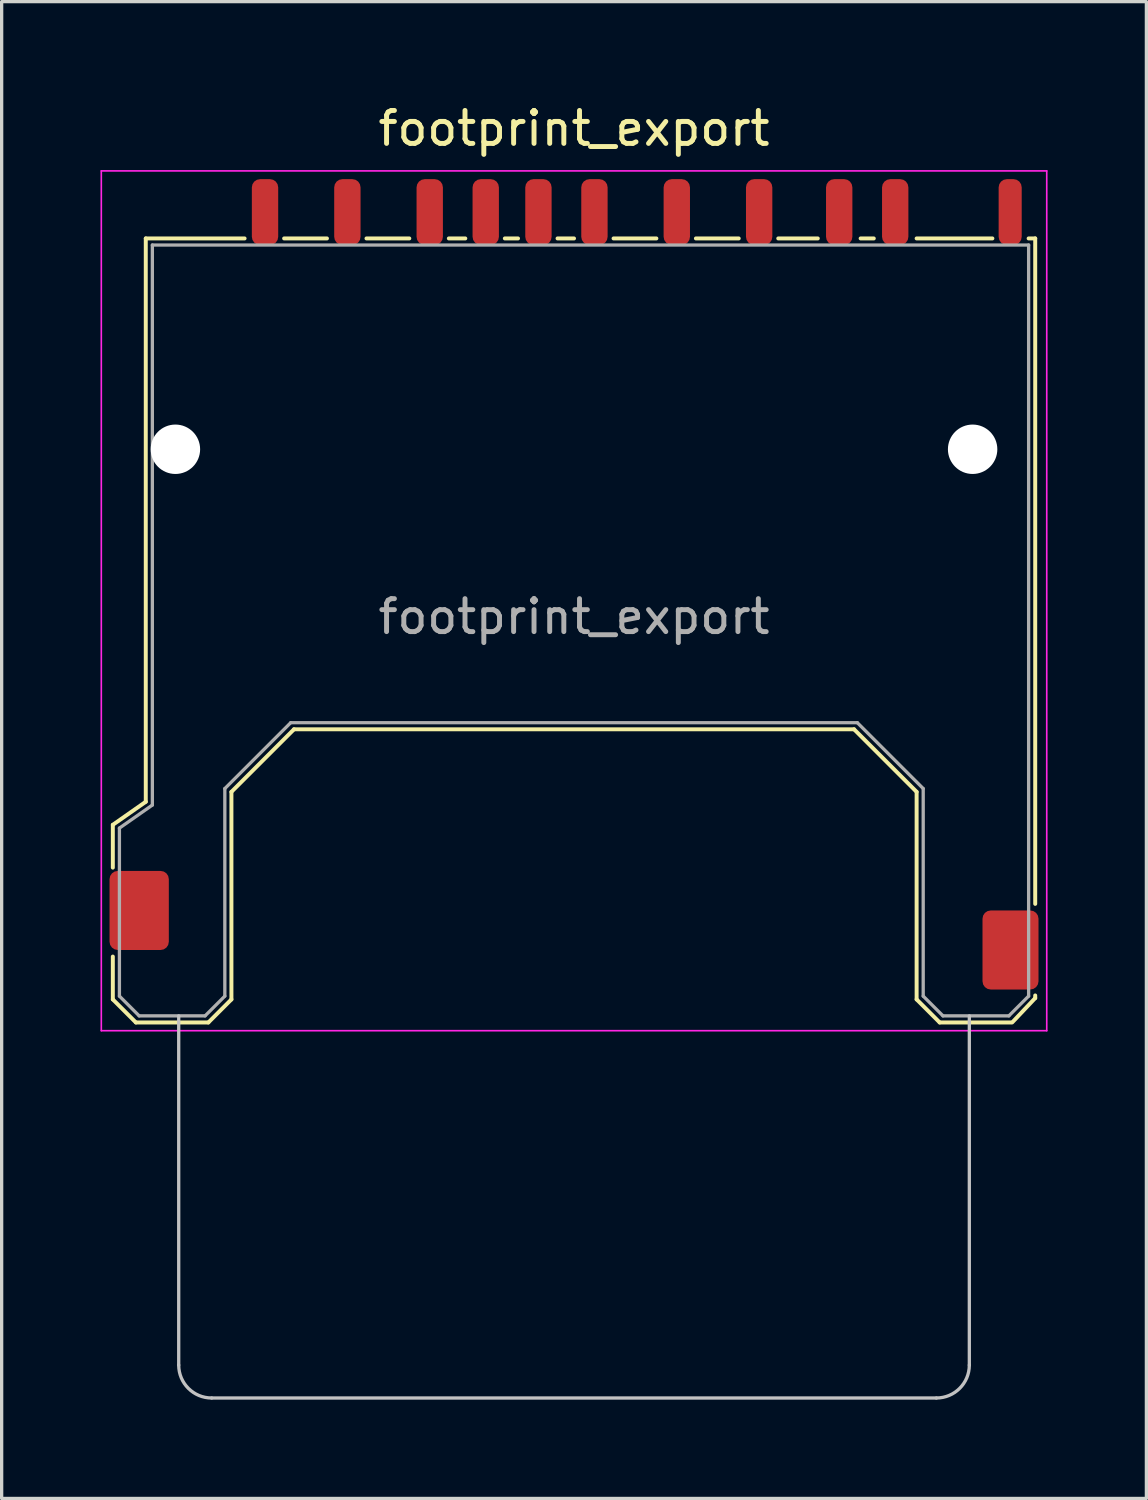
<source format=kicad_pcb>
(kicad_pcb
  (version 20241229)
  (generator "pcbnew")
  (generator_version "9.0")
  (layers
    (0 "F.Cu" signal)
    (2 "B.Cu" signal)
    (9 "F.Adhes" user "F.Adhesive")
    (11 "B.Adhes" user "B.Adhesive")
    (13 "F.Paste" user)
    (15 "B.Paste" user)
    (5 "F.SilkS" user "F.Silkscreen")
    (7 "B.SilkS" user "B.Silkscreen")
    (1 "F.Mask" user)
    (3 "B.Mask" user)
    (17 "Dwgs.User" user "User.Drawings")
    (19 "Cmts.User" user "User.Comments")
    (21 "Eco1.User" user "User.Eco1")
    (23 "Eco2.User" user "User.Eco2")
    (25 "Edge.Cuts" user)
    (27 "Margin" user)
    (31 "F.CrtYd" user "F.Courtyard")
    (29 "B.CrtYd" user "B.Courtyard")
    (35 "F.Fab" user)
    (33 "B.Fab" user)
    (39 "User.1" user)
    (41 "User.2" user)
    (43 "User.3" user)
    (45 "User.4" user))
  (footprint "footprint_export"
    (layer "F.Cu")
    (at 14.375 15.888)
    (property "Reference" "footprint_export" (at 0 -15.04 180) (layer "F.SilkS") (effects (font (size 1 1) (thickness 0.15))))
    (attr smd)
    (fp_line (start -14 6.1) (end -14 7.4) (stroke (width 0.12) (type solid)) (layer "F.SilkS"))
    (fp_line (start -14 6.1) (end -13 5.4) (stroke (width 0.12) (type solid)) (layer "F.SilkS"))
    (fp_line (start -14 10.1) (end -14 11.4) (stroke (width 0.12) (type solid)) (layer "F.SilkS"))
    (fp_line (start -13.3 12.1) (end -14 11.4) (stroke (width 0.12) (type solid)) (layer "F.SilkS"))
    (fp_line (start -13.3 12.1) (end -11.1 12.1) (stroke (width 0.12) (type solid)) (layer "F.SilkS"))
    (fp_line (start -13 -11.7) (end -10 -11.7) (stroke (width 0.12) (type solid)) (layer "F.SilkS"))
    (fp_line (start -13 5.4) (end -13 -11.7) (stroke (width 0.12) (type solid)) (layer "F.SilkS"))
    (fp_line (start -10.4 11.4) (end -11.1 12.1) (stroke (width 0.12) (type solid)) (layer "F.SilkS"))
    (fp_line (start -10.4 11.4) (end -10.4 5.1) (stroke (width 0.12) (type solid)) (layer "F.SilkS"))
    (fp_line (start -8.8 -11.7) (end -7.5 -11.7) (stroke (width 0.12) (type solid)) (layer "F.SilkS"))
    (fp_line (start -8.5 3.2) (end -10.4 5.1) (stroke (width 0.12) (type solid)) (layer "F.SilkS"))
    (fp_line (start -6.3 -11.7) (end -5 -11.7) (stroke (width 0.12) (type solid)) (layer "F.SilkS"))
    (fp_line (start -3.8 -11.7) (end -3.3 -11.7) (stroke (width 0.12) (type solid)) (layer "F.SilkS"))
    (fp_line (start -2.1 -11.7) (end -1.7 -11.7) (stroke (width 0.12) (type solid)) (layer "F.SilkS"))
    (fp_line (start -0.5 -11.7) (end 0 -11.7) (stroke (width 0.12) (type solid)) (layer "F.SilkS"))
    (fp_line (start 1.2 -11.7) (end 2.5 -11.7) (stroke (width 0.12) (type solid)) (layer "F.SilkS"))
    (fp_line (start 3.7 -11.7) (end 5 -11.7) (stroke (width 0.12) (type solid)) (layer "F.SilkS"))
    (fp_line (start 6.2 -11.7) (end 7.4 -11.7) (stroke (width 0.12) (type solid)) (layer "F.SilkS"))
    (fp_line (start 8.5 3.2) (end -8.5 3.2) (stroke (width 0.12) (type solid)) (layer "F.SilkS"))
    (fp_line (start 8.5 3.2) (end 10.4 5.1) (stroke (width 0.12) (type solid)) (layer "F.SilkS"))
    (fp_line (start 8.7 -11.7) (end 9.1 -11.7) (stroke (width 0.12) (type solid)) (layer "F.SilkS"))
    (fp_line (start 10.4 -11.7) (end 12.7 -11.7) (stroke (width 0.12) (type solid)) (layer "F.SilkS"))
    (fp_line (start 10.4 11.4) (end 10.4 5.1) (stroke (width 0.12) (type solid)) (layer "F.SilkS"))
    (fp_line (start 10.4 11.4) (end 11.1 12.1) (stroke (width 0.12) (type solid)) (layer "F.SilkS"))
    (fp_line (start 13.26 12.1) (end 11.1 12.1) (stroke (width 0.12) (type solid)) (layer "F.SilkS"))
    (fp_line (start 13.3 12.1) (end 14 11.36) (stroke (width 0.12) (type solid)) (layer "F.SilkS"))
    (fp_line (start 13.8 -11.7) (end 14 -11.7) (stroke (width 0.12) (type solid)) (layer "F.SilkS"))
    (fp_line (start 14 -11.7) (end 14 8.5) (stroke (width 0.12) (type solid)) (layer "F.SilkS"))
    (fp_line (start 14 11.28) (end 14 11.36) (stroke (width 0.12) (type solid)) (layer "F.SilkS"))
    (fp_line (start -12 22.5) (end -12 11.9) (stroke (width 0.1) (type solid)) (layer "Dwgs.User"))
    (fp_line (start 11 23.5) (end -11 23.5) (stroke (width 0.1) (type solid)) (layer "Dwgs.User"))
    (fp_line (start 12 11.9) (end 12 22.5) (stroke (width 0.1) (type solid)) (layer "Dwgs.User"))
    (fp_arc (start -11 23.5) (mid -11.707107 23.207107) (end -12 22.5) (stroke (width 0.1) (type solid)) (layer "Dwgs.User"))
    (fp_arc (start 12 22.5) (mid 11.707107 23.207107) (end 11 23.5) (stroke (width 0.1) (type solid)) (layer "Dwgs.User"))
    (fp_line (start -14.35 -13.75) (end 14.35 -13.75) (stroke (width 0.05) (type solid)) (layer "F.CrtYd"))
    (fp_line (start -14.35 12.35) (end -14.35 -13.75) (stroke (width 0.05) (type solid)) (layer "F.CrtYd"))
    (fp_line (start 14.35 -13.75) (end 14.35 12.35) (stroke (width 0.05) (type solid)) (layer "F.CrtYd"))
    (fp_line (start 14.35 12.35) (end -14.35 12.35) (stroke (width 0.05) (type solid)) (layer "F.CrtYd"))
    (fp_line (start -13.8 6.2) (end -12.8 5.5) (stroke (width 0.1) (type solid)) (layer "F.Fab"))
    (fp_line (start -13.8 11.3) (end -13.8 6.2) (stroke (width 0.1) (type solid)) (layer "F.Fab"))
    (fp_line (start -13.8 11.3) (end -13.2 11.9) (stroke (width 0.1) (type solid)) (layer "F.Fab"))
    (fp_line (start -12.8 -11.5) (end 13.8 -11.5) (stroke (width 0.1) (type solid)) (layer "F.Fab"))
    (fp_line (start -12.8 5.5) (end -12.8 -11.5) (stroke (width 0.1) (type solid)) (layer "F.Fab"))
    (fp_line (start -11.2 11.9) (end -13.2 11.9) (stroke (width 0.1) (type solid)) (layer "F.Fab"))
    (fp_line (start -11.2 11.9) (end -10.6 11.3) (stroke (width 0.1) (type solid)) (layer "F.Fab"))
    (fp_line (start -10.6 5) (end -10.6 11.3) (stroke (width 0.1) (type solid)) (layer "F.Fab"))
    (fp_line (start -10.6 5) (end -8.6 3) (stroke (width 0.1) (type solid)) (layer "F.Fab"))
    (fp_line (start 8.6 3) (end -8.6 3) (stroke (width 0.1) (type solid)) (layer "F.Fab"))
    (fp_line (start 8.6 3) (end 10.6 5) (stroke (width 0.1) (type solid)) (layer "F.Fab"))
    (fp_line (start 10.6 11.3) (end 10.6 5) (stroke (width 0.1) (type solid)) (layer "F.Fab"))
    (fp_line (start 10.6 11.3) (end 11.2 11.9) (stroke (width 0.1) (type solid)) (layer "F.Fab"))
    (fp_line (start 13.2 11.9) (end 11.2 11.9) (stroke (width 0.1) (type solid)) (layer "F.Fab"))
    (fp_line (start 13.2 11.9) (end 13.8 11.3) (stroke (width 0.1) (type solid)) (layer "F.Fab"))
    (fp_line (start 13.8 -11.5) (end 13.8 11.3) (stroke (width 0.1) (type solid)) (layer "F.Fab"))
    (fp_text user "${REFERENCE}" (at 0 -0.22 180) (layer "F.Fab") (effects (font (size 1 1) (thickness 0.15))))
    (pad "" np_thru_hole circle (at -12.1 -5.3 180) (size 1.5 1.5) (drill 1.5) (layers "*.Cu" "*.Mask"))
    (pad "" np_thru_hole circle (at 12.1 -5.3 180) (size 1.5 1.5) (drill 1.5) (layers "*.Cu" "*.Mask"))
    (pad "1" smd roundrect (at -6.88 -12.5) (size 0.8 2) (layers "F.Cu" "F.Mask" "F.Paste") (roundrect_rratio 0.313))
    (pad "2" smd roundrect (at -4.38 -12.5) (size 0.8 2) (layers "F.Cu" "F.Mask" "F.Paste") (roundrect_rratio 0.313))
    (pad "3" smd roundrect (at -1.08 -12.5) (size 0.8 2) (layers "F.Cu" "F.Mask" "F.Paste") (roundrect_rratio 0.313))
    (pad "4" smd roundrect (at 0.62 -12.5) (size 0.8 2) (layers "F.Cu" "F.Mask" "F.Paste") (roundrect_rratio 0.313))
    (pad "5" smd roundrect (at 3.12 -12.5) (size 0.8 2) (layers "F.Cu" "F.Mask" "F.Paste") (roundrect_rratio 0.313))
    (pad "6" smd roundrect (at 5.62 -12.5) (size 0.8 2) (layers "F.Cu" "F.Mask" "F.Paste") (roundrect_rratio 0.313))
    (pad "7" smd roundrect (at 8.05 -12.5) (size 0.8 2) (layers "F.Cu" "F.Mask" "F.Paste") (roundrect_rratio 0.313))
    (pad "8" smd roundrect (at 9.75 -12.5) (size 0.8 2) (layers "F.Cu" "F.Mask" "F.Paste") (roundrect_rratio 0.313))
    (pad "9" smd roundrect (at -9.38 -12.5) (size 0.8 2) (layers "F.Cu" "F.Mask" "F.Paste") (roundrect_rratio 0.313))
    (pad "10" smd roundrect (at -2.68 -12.5) (size 0.8 2) (layers "F.Cu" "F.Mask" "F.Paste") (roundrect_rratio 0.313))
    (pad "11" smd roundrect (at 13.24 -12.5) (size 0.7 2) (layers "F.Cu" "F.Mask" "F.Paste") (roundrect_rratio 0.357))
    (pad "12" smd roundrect (at 13.25 9.9) (size 1.7 2.4) (layers "F.Cu" "F.Mask" "F.Paste") (roundrect_rratio 0.147))
    (pad "13" smd roundrect (at -13.2 8.7) (size 1.8 2.4) (layers "F.Cu" "F.Mask" "F.Paste") (roundrect_rratio 0.139)))
  (gr_rect
    (start -3 -3)
    (end 31.75 42.438)
    (stroke (width 0.1) (type default))
    (fill no)
    (layer "Edge.Cuts")))
</source>
